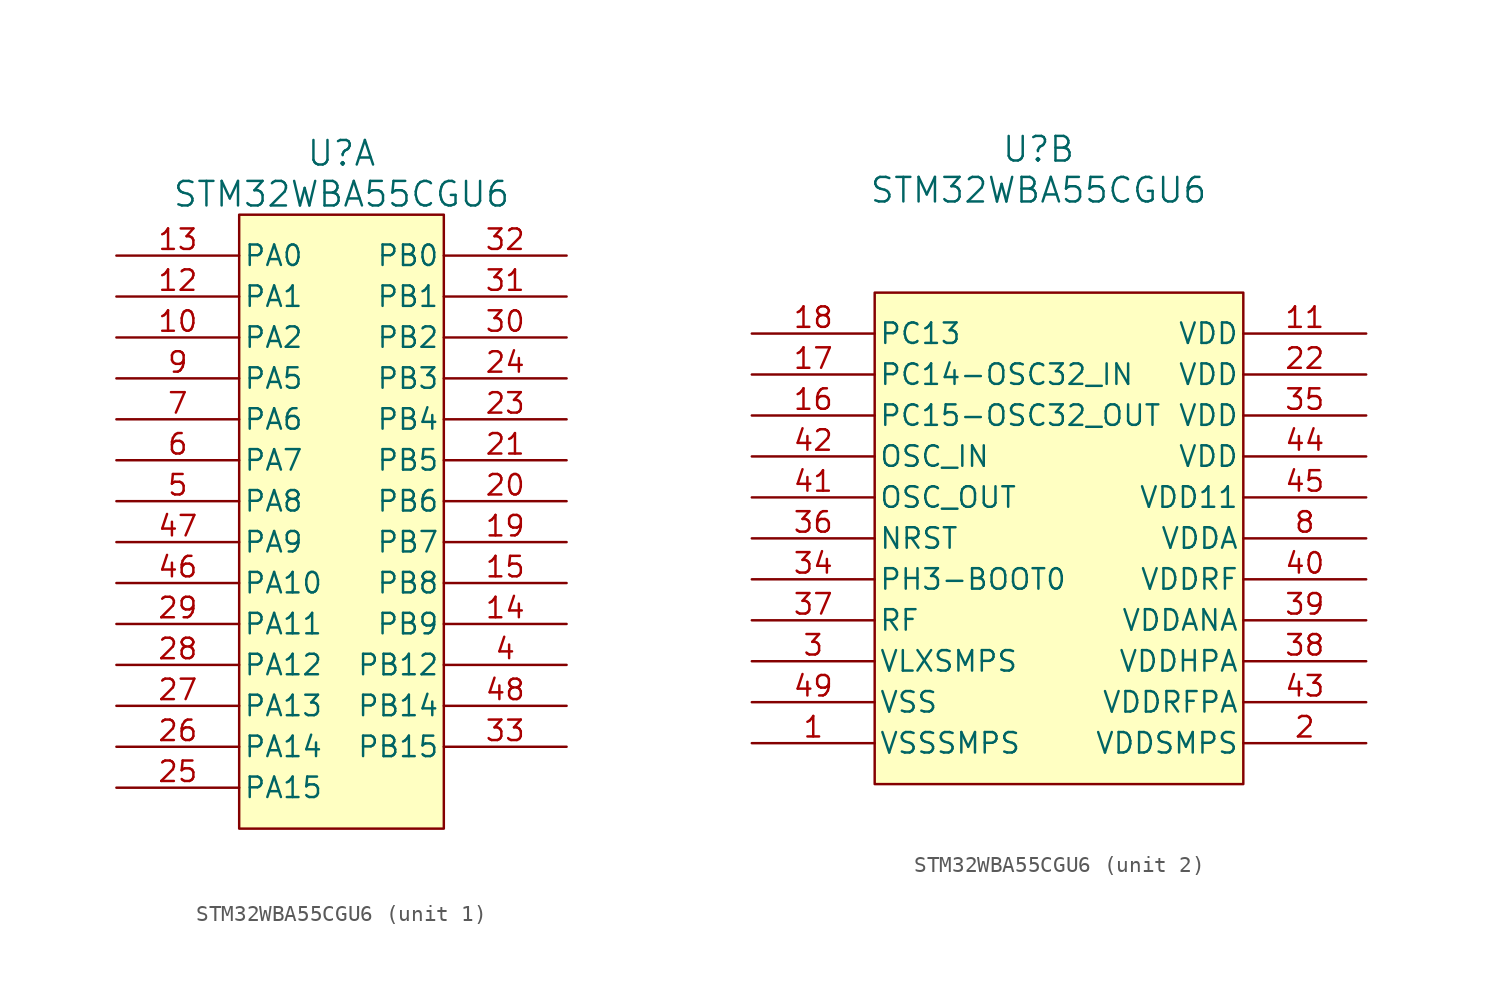
<source format=kicad_sym>
(kicad_symbol_lib
  (version 20241209)
  (generator "kicad_symbol_editor")
  (generator_version "9.0")
  (symbol "STM32WBA55CGU6"
    (pin_names
      (offset 0.254))
    (property "Reference" "U"
      (at 0 22.86 0)
      (effects (font (size 1.524 1.524))))
    (property "Value" "STM32WBA55CGU6"
      (at 0 20.32 0)
      (effects (font (size 1.524 1.524))))
    (property "ki_locked" ""
      (at 0 0 0)
      (effects (font (size 1.27 1.27))))
    (symbol "STM32WBA55CGU6_1_1"
      (rectangle (start -6.35 19.05) (end 6.35 -19.05) (stroke (width 0) (type default)) (fill (type background)))
      (pin bidirectional line (at -13.97 16.51 0) (length 7.62) (name "PA0" (effects (font (size 1.27 1.27)))) (number "13" (effects (font (size 1.27 1.27)))))
      (pin bidirectional line (at -13.97 13.97 0) (length 7.62) (name "PA1" (effects (font (size 1.27 1.27)))) (number "12" (effects (font (size 1.27 1.27)))))
      (pin bidirectional line (at -13.97 11.43 0) (length 7.62) (name "PA2" (effects (font (size 1.27 1.27)))) (number "10" (effects (font (size 1.27 1.27)))))
      (pin bidirectional line (at -13.97 8.89 0) (length 7.62) (name "PA5" (effects (font (size 1.27 1.27)))) (number "9" (effects (font (size 1.27 1.27)))))
      (pin bidirectional line (at -13.97 6.35 0) (length 7.62) (name "PA6" (effects (font (size 1.27 1.27)))) (number "7" (effects (font (size 1.27 1.27)))))
      (pin bidirectional line (at -13.97 3.81 0) (length 7.62) (name "PA7" (effects (font (size 1.27 1.27)))) (number "6" (effects (font (size 1.27 1.27)))))
      (pin bidirectional line (at -13.97 1.27 0) (length 7.62) (name "PA8" (effects (font (size 1.27 1.27)))) (number "5" (effects (font (size 1.27 1.27)))))
      (pin bidirectional line (at -13.97 -1.27 0) (length 7.62) (name "PA9" (effects (font (size 1.27 1.27)))) (number "47" (effects (font (size 1.27 1.27)))))
      (pin bidirectional line (at -13.97 -3.81 0) (length 7.62) (name "PA10" (effects (font (size 1.27 1.27)))) (number "46" (effects (font (size 1.27 1.27)))))
      (pin bidirectional line (at -13.97 -6.35 0) (length 7.62) (name "PA11" (effects (font (size 1.27 1.27)))) (number "29" (effects (font (size 1.27 1.27)))))
      (pin bidirectional line (at -13.97 -8.89 0) (length 7.62) (name "PA12" (effects (font (size 1.27 1.27)))) (number "28" (effects (font (size 1.27 1.27)))))
      (pin bidirectional line (at -13.97 -11.43 0) (length 7.62) (name "PA13" (effects (font (size 1.27 1.27)))) (number "27" (effects (font (size 1.27 1.27)))))
      (pin bidirectional line (at -13.97 -13.97 0) (length 7.62) (name "PA14" (effects (font (size 1.27 1.27)))) (number "26" (effects (font (size 1.27 1.27)))))
      (pin bidirectional line (at -13.97 -16.51 0) (length 7.62) (name "PA15" (effects (font (size 1.27 1.27)))) (number "25" (effects (font (size 1.27 1.27)))))
      (pin bidirectional line (at 13.97 16.51 180) (length 7.62) (name "PB0" (effects (font (size 1.27 1.27)))) (number "32" (effects (font (size 1.27 1.27)))))
      (pin bidirectional line (at 13.97 13.97 180) (length 7.62) (name "PB1" (effects (font (size 1.27 1.27)))) (number "31" (effects (font (size 1.27 1.27)))))
      (pin bidirectional line (at 13.97 11.43 180) (length 7.62) (name "PB2" (effects (font (size 1.27 1.27)))) (number "30" (effects (font (size 1.27 1.27)))))
      (pin bidirectional line (at 13.97 8.89 180) (length 7.62) (name "PB3" (effects (font (size 1.27 1.27)))) (number "24" (effects (font (size 1.27 1.27)))))
      (pin bidirectional line (at 13.97 6.35 180) (length 7.62) (name "PB4" (effects (font (size 1.27 1.27)))) (number "23" (effects (font (size 1.27 1.27)))))
      (pin bidirectional line (at 13.97 3.81 180) (length 7.62) (name "PB5" (effects (font (size 1.27 1.27)))) (number "21" (effects (font (size 1.27 1.27)))))
      (pin bidirectional line (at 13.97 1.27 180) (length 7.62) (name "PB6" (effects (font (size 1.27 1.27)))) (number "20" (effects (font (size 1.27 1.27)))))
      (pin bidirectional line (at 13.97 -1.27 180) (length 7.62) (name "PB7" (effects (font (size 1.27 1.27)))) (number "19" (effects (font (size 1.27 1.27)))))
      (pin bidirectional line (at 13.97 -3.81 180) (length 7.62) (name "PB8" (effects (font (size 1.27 1.27)))) (number "15" (effects (font (size 1.27 1.27)))))
      (pin bidirectional line (at 13.97 -6.35 180) (length 7.62) (name "PB9" (effects (font (size 1.27 1.27)))) (number "14" (effects (font (size 1.27 1.27)))))
      (pin bidirectional line (at 13.97 -8.89 180) (length 7.62) (name "PB12" (effects (font (size 1.27 1.27)))) (number "4" (effects (font (size 1.27 1.27)))))
      (pin bidirectional line (at 13.97 -11.43 180) (length 7.62) (name "PB14" (effects (font (size 1.27 1.27)))) (number "48" (effects (font (size 1.27 1.27)))))
      (pin bidirectional line (at 13.97 -13.97 180) (length 7.62) (name "PB15" (effects (font (size 1.27 1.27)))) (number "33" (effects (font (size 1.27 1.27))))))
    (symbol "STM32WBA55CGU6_2_1"
      (rectangle (start -10.16 13.97) (end 12.7 -16.51) (stroke (width 0) (type default)) (fill (type background)))
      (pin bidirectional line (at -17.78 11.43 0) (length 7.62) (name "PC13" (effects (font (size 1.27 1.27)))) (number "18" (effects (font (size 1.27 1.27)))))
      (pin bidirectional line (at -17.78 8.89 0) (length 7.62) (name "PC14-OSC32_IN" (effects (font (size 1.27 1.27)))) (number "17" (effects (font (size 1.27 1.27)))))
      (pin bidirectional line (at -17.78 6.35 0) (length 7.62) (name "PC15-OSC32_OUT" (effects (font (size 1.27 1.27)))) (number "16" (effects (font (size 1.27 1.27)))))
      (pin input line (at -17.78 3.81 0) (length 7.62) (name "OSC_IN" (effects (font (size 1.27 1.27)))) (number "42" (effects (font (size 1.27 1.27)))))
      (pin output line (at -17.78 1.27 0) (length 7.62) (name "OSC_OUT" (effects (font (size 1.27 1.27)))) (number "41" (effects (font (size 1.27 1.27)))))
      (pin bidirectional line (at -17.78 -1.27 0) (length 7.62) (name "NRST" (effects (font (size 1.27 1.27)))) (number "36" (effects (font (size 1.27 1.27)))))
      (pin bidirectional line (at -17.78 -3.81 0) (length 7.62) (name "PH3-BOOT0" (effects (font (size 1.27 1.27)))) (number "34" (effects (font (size 1.27 1.27)))))
      (pin bidirectional line (at -17.78 -6.35 0) (length 7.62) (name "RF" (effects (font (size 1.27 1.27)))) (number "37" (effects (font (size 1.27 1.27)))))
      (pin power_in line (at -17.78 -8.89 0) (length 7.62) (name "VLXSMPS" (effects (font (size 1.27 1.27)))) (number "3" (effects (font (size 1.27 1.27)))))
      (pin power_in line (at -17.78 -11.43 0) (length 7.62) (name "VSS" (effects (font (size 1.27 1.27)))) (number "49" (effects (font (size 1.27 1.27)))))
      (pin power_in line (at -17.78 -13.97 0) (length 7.62) (name "VSSSMPS" (effects (font (size 1.27 1.27)))) (number "1" (effects (font (size 1.27 1.27)))))
      (pin power_in line (at 20.32 11.43 180) (length 7.62) (name "VDD" (effects (font (size 1.27 1.27)))) (number "11" (effects (font (size 1.27 1.27)))))
      (pin power_in line (at 20.32 8.89 180) (length 7.62) (name "VDD" (effects (font (size 1.27 1.27)))) (number "22" (effects (font (size 1.27 1.27)))))
      (pin power_in line (at 20.32 6.35 180) (length 7.62) (name "VDD" (effects (font (size 1.27 1.27)))) (number "35" (effects (font (size 1.27 1.27)))))
      (pin power_in line (at 20.32 3.81 180) (length 7.62) (name "VDD" (effects (font (size 1.27 1.27)))) (number "44" (effects (font (size 1.27 1.27)))))
      (pin power_in line (at 20.32 1.27 180) (length 7.62) (name "VDD11" (effects (font (size 1.27 1.27)))) (number "45" (effects (font (size 1.27 1.27)))))
      (pin power_in line (at 20.32 -1.27 180) (length 7.62) (name "VDDA" (effects (font (size 1.27 1.27)))) (number "8" (effects (font (size 1.27 1.27)))))
      (pin power_in line (at 20.32 -3.81 180) (length 7.62) (name "VDDRF" (effects (font (size 1.27 1.27)))) (number "40" (effects (font (size 1.27 1.27)))))
      (pin power_in line (at 20.32 -6.35 180) (length 7.62) (name "VDDANA" (effects (font (size 1.27 1.27)))) (number "39" (effects (font (size 1.27 1.27)))))
      (pin power_in line (at 20.32 -8.89 180) (length 7.62) (name "VDDHPA" (effects (font (size 1.27 1.27)))) (number "38" (effects (font (size 1.27 1.27)))))
      (pin power_in line (at 20.32 -11.43 180) (length 7.62) (name "VDDRFPA" (effects (font (size 1.27 1.27)))) (number "43" (effects (font (size 1.27 1.27)))))
      (pin power_in line (at 20.32 -13.97 180) (length 7.62) (name "VDDSMPS" (effects (font (size 1.27 1.27)))) (number "2" (effects (font (size 1.27 1.27))))))))
</source>
